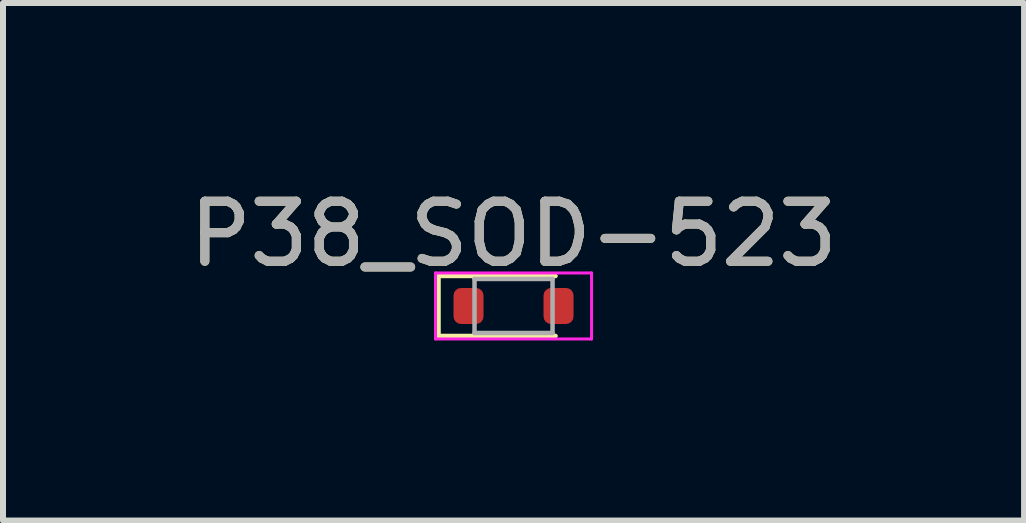
<source format=kicad_pcb>
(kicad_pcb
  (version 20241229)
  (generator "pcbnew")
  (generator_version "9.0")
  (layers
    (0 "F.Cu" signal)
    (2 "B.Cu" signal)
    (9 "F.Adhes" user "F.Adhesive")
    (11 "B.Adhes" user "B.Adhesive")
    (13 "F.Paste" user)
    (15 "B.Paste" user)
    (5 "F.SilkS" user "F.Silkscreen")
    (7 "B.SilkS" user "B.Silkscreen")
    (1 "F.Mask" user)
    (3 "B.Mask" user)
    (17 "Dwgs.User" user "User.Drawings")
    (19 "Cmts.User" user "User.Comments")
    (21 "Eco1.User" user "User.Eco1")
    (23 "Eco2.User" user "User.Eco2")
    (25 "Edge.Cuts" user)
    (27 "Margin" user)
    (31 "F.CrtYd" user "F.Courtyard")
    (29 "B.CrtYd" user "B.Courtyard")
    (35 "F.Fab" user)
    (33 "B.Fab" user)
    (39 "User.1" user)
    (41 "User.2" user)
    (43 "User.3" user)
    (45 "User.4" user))
  (footprint "P38_SOD-523"
    (layer "F.Cu")
    (at 4.756 2.048)
    (property "Reference" "P38_SOD-523" (at 0.75 -1.2 0) (layer "F.SilkS") (effects (font (size 1 1) (thickness 0.15))))
    (attr smd)
    (fp_line (start -0.5 -0.5) (end -0.5 0.5) (stroke (width 0.075) (type solid)) (layer "F.SilkS"))
    (fp_line (start 1.45 -0.5) (end -0.5 -0.5) (stroke (width 0.075) (type solid)) (layer "F.SilkS"))
    (fp_line (start 1.45 0.5) (end -0.5 0.5) (stroke (width 0.075) (type solid)) (layer "F.SilkS"))
    (fp_line (start -0.55 -0.55) (end 2.05 -0.55) (stroke (width 0.05) (type solid)) (layer "F.CrtYd"))
    (fp_line (start -0.55 0.55) (end -0.55 -0.55) (stroke (width 0.05) (type solid)) (layer "F.CrtYd"))
    (fp_line (start 2.05 -0.55) (end 2.05 0.55) (stroke (width 0.05) (type solid)) (layer "F.CrtYd"))
    (fp_line (start 2.05 0.55) (end -0.55 0.55) (stroke (width 0.05) (type solid)) (layer "F.CrtYd"))
    (fp_line (start 0.1 -0.45) (end 1.4 -0.45) (stroke (width 0.075) (type solid)) (layer "F.Fab"))
    (fp_line (start 0.1 0.45) (end 0.1 -0.45) (stroke (width 0.075) (type solid)) (layer "F.Fab"))
    (fp_line (start 1.4 -0.45) (end 1.4 0.45) (stroke (width 0.075) (type solid)) (layer "F.Fab"))
    (fp_line (start 1.4 0.45) (end 0.1 0.45) (stroke (width 0.075) (type solid)) (layer "F.Fab"))
    (fp_text user "${REFERENCE}" (at 0.75 -1.2 0) (layer "F.Fab") (effects (font (size 1 1) (thickness 0.15))))
    (pad "1" smd roundrect (at 0 0 180) (size 0.5 0.6) (layers "F.Cu" "F.Mask" "F.Paste") (roundrect_rratio 0.25))
    (pad "2" smd roundrect (at 1.5 0 180) (size 0.5 0.6) (layers "F.Cu" "F.Mask" "F.Paste") (roundrect_rratio 0.25)))
  (gr_rect
    (start -3 -3)
    (end 14.012 5.623)
    (stroke (width 0.1) (type default))
    (fill no)
    (layer "Edge.Cuts")))
</source>
